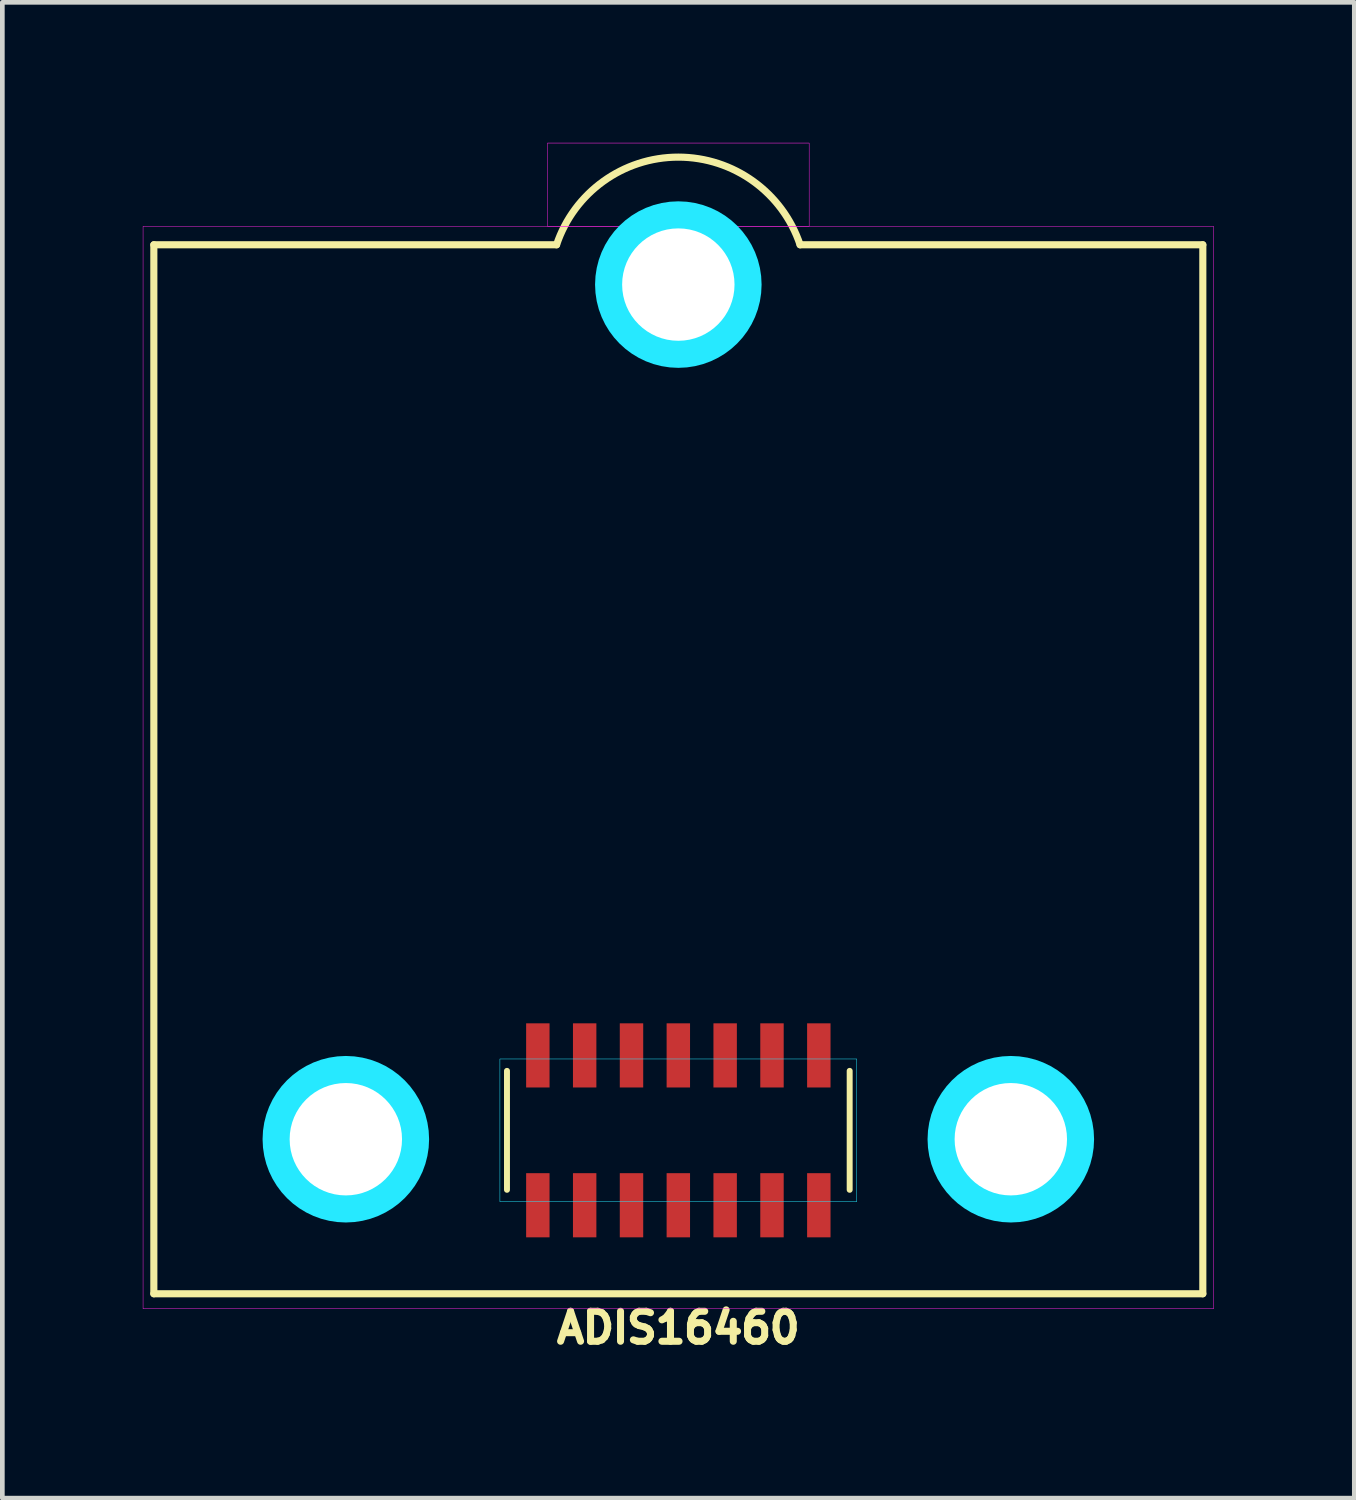
<source format=kicad_pcb>
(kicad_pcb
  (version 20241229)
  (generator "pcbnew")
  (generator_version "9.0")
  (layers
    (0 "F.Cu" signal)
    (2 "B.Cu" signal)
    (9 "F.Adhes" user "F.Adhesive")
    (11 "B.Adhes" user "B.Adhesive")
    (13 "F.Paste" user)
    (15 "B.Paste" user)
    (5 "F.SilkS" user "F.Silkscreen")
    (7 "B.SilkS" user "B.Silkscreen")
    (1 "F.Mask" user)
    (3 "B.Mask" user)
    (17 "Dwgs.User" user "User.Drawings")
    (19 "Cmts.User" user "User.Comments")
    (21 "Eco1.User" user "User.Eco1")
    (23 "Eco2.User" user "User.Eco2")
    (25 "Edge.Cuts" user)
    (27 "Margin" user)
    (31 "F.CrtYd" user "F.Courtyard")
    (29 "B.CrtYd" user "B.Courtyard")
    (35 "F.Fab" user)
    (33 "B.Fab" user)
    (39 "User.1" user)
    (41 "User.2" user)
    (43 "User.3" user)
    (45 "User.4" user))
  (footprint "ADIS16460"
    (layer "F.Cu")
    (at 11.435 21.087)
    (property "Reference" "ADIS16460" (at 0 4.216 0) (layer "F.SilkS") (effects (font (size 0.64 0.64) (thickness 0.15))))
    (attr smd)
    (fp_line (start -11.2 -18.91) (end -2.6 -18.91) (stroke (width 0.152) (type solid)) (layer "F.SilkS"))
    (fp_line (start -11.2 3.49) (end -11.2 -18.91) (stroke (width 0.152) (type solid)) (layer "F.SilkS"))
    (fp_line (start -11.2 3.49) (end 11.2 3.49) (stroke (width 0.152) (type solid)) (layer "F.SilkS"))
    (fp_line (start -3.659 -1.27) (end -3.659 1.27) (stroke (width 0.127) (type solid)) (layer "F.SilkS"))
    (fp_line (start 2.6 -18.91) (end 11.2 -18.91) (stroke (width 0.152) (type solid)) (layer "F.SilkS"))
    (fp_line (start 3.659 1.27) (end 3.659 -1.27) (stroke (width 0.127) (type solid)) (layer "F.SilkS"))
    (fp_line (start 11.2 -18.91) (end 11.2 3.49) (stroke (width 0.152) (type solid)) (layer "F.SilkS"))
    (fp_arc (start -2.6 -18.91) (mid 0 -20.781732) (end 2.6 -18.91) (stroke (width 0.1524) (type solid)) (layer "F.SilkS"))
    (fp_circle (center -7.1 0.19) (end -6.211 0.19) (stroke (width 1.778) (type solid)) (fill no) (layer "B.CrtYd"))
    (fp_circle (center 0 -18.06) (end 0.889 -18.06) (stroke (width 1.778) (type solid)) (fill no) (layer "B.CrtYd"))
    (fp_circle (center 7.1 0.19) (end 7.989 0.19) (stroke (width 1.778) (type solid)) (fill no) (layer "B.CrtYd"))
    (fp_poly (pts (xy -3.81 -1.524) (xy 3.81 -1.524) (xy 3.81 1.524) (xy -3.81 1.524)) (stroke (width 0.01) (type solid)) (fill no) (layer "B.CrtYd"))
    (fp_poly (pts (xy -11.43 -19.304) (xy 11.43 -19.304) (xy 11.43 3.81) (xy -11.43 3.81)) (stroke (width 0.01) (type solid)) (fill no) (layer "F.CrtYd"))
    (fp_poly (pts (xy -2.794 -21.082) (xy 2.794 -21.082) (xy 2.794 -19.304) (xy -2.794 -19.304)) (stroke (width 0.01) (type solid)) (fill no) (layer "F.CrtYd"))
    (pad "" np_thru_hole circle (at -7.1 0.19) (size 2.4 2.4) (drill 2.4) (layers "*.Cu" "*.Mask"))
    (pad "" np_thru_hole circle (at 0 -18.06) (size 2.4 2.4) (drill 2.4) (layers "*.Cu" "*.Mask"))
    (pad "" np_thru_hole circle (at 7.1 0.19) (size 2.4 2.4) (drill 2.4) (layers "*.Cu" "*.Mask"))
    (pad "1" smd rect (at -3 -1.6 270) (size 1.37 0.5) (layers "F.Cu" "F.Mask" "F.Paste"))
    (pad "2" smd rect (at -3 1.6 270) (size 1.37 0.5) (layers "F.Cu" "F.Mask" "F.Paste"))
    (pad "3" smd rect (at -2 -1.6 270) (size 1.37 0.5) (layers "F.Cu" "F.Mask" "F.Paste"))
    (pad "4" smd rect (at -2 1.6 270) (size 1.37 0.5) (layers "F.Cu" "F.Mask" "F.Paste"))
    (pad "5" smd rect (at -1 -1.6 270) (size 1.37 0.5) (layers "F.Cu" "F.Mask" "F.Paste"))
    (pad "6" smd rect (at -1 1.6 270) (size 1.37 0.5) (layers "F.Cu" "F.Mask" "F.Paste"))
    (pad "7" smd rect (at 0 -1.6 270) (size 1.37 0.5) (layers "F.Cu" "F.Mask" "F.Paste"))
    (pad "8" smd rect (at 0 1.6 270) (size 1.37 0.5) (layers "F.Cu" "F.Mask" "F.Paste"))
    (pad "9" smd rect (at 1 -1.6 270) (size 1.37 0.5) (layers "F.Cu" "F.Mask" "F.Paste"))
    (pad "10" smd rect (at 1 1.6 270) (size 1.37 0.5) (layers "F.Cu" "F.Mask" "F.Paste"))
    (pad "11" smd rect (at 2 -1.6 270) (size 1.37 0.5) (layers "F.Cu" "F.Mask" "F.Paste"))
    (pad "12" smd rect (at 2 1.6 270) (size 1.37 0.5) (layers "F.Cu" "F.Mask" "F.Paste"))
    (pad "13" smd rect (at 3 -1.6 270) (size 1.37 0.5) (layers "F.Cu" "F.Mask" "F.Paste"))
    (pad "14" smd rect (at 3 1.6 270) (size 1.37 0.5) (layers "F.Cu" "F.Mask" "F.Paste")))
  (gr_rect
    (start -3 -3)
    (end 25.87 28.941)
    (stroke (width 0.1) (type default))
    (fill no)
    (layer "Edge.Cuts")))
</source>
